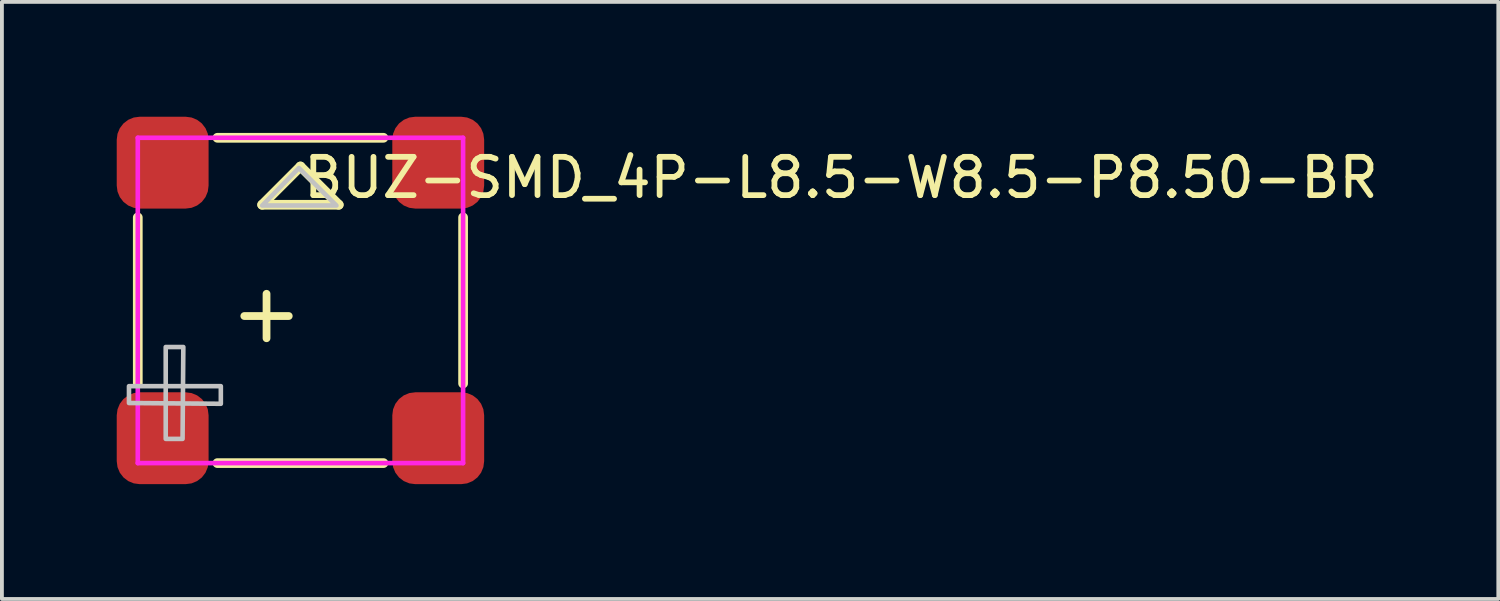
<source format=kicad_pcb>
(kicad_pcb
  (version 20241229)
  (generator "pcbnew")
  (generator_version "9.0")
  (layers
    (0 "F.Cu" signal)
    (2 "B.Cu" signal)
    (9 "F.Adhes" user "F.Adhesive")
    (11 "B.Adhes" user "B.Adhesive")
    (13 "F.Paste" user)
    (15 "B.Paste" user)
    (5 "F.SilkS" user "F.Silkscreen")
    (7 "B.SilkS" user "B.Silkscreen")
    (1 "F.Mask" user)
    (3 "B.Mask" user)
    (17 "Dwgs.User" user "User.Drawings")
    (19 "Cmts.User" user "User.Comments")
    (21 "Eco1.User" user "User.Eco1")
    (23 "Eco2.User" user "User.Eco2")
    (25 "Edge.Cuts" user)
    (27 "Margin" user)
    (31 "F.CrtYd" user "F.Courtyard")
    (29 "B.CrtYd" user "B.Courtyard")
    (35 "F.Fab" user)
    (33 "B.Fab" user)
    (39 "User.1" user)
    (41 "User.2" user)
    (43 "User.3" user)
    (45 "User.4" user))
  (footprint "BUZ-SMD_4P-L8.5-W8.5-P8.50-BR"
    (layer "F.Cu")
    (at 4.8 4.8)
    (property "Reference" "BUZ-SMD_4P-L8.5-W8.5-P8.50-BR" (at 0 -3.207 0) (layer "F.SilkS") (effects (font (size 1 1) (thickness 0.15)) (justify left)))
    (attr through_hole)
    (fp_line (start -4.25 2.169) (end -4.25 -2.169) (stroke (width 0.254) (type solid)) (layer "F.SilkS"))
    (fp_line (start -2.169 -4.25) (end 2.168 -4.25) (stroke (width 0.254) (type solid)) (layer "F.SilkS"))
    (fp_line (start -1 -2.5) (end 1 -2.5) (stroke (width 0.254) (type solid)) (layer "F.SilkS"))
    (fp_line (start 0 -3.5) (end -1 -2.5) (stroke (width 0.254) (type solid)) (layer "F.SilkS"))
    (fp_line (start 1 -2.5) (end 0 -3.5) (stroke (width 0.254) (type solid)) (layer "F.SilkS"))
    (fp_line (start 2.169 4.25) (end -2.169 4.25) (stroke (width 0.254) (type solid)) (layer "F.SilkS"))
    (fp_line (start 4.25 -2.169) (end 4.25 2.169) (stroke (width 0.254) (type solid)) (layer "F.SilkS"))
    (fp_poly (pts (xy -1 -2.48) (xy 0.94 -2.48) (xy -0.04 -3.46)) (stroke (width 0.12) (type solid)) (fill no) (layer "Dwgs.User"))
    (fp_poly (pts (xy -4.48 2.68) (xy -4.48 2.24) (xy -2.08 2.24) (xy -2.08 2.7)) (stroke (width 0.12) (type solid)) (fill no) (layer "Dwgs.User"))
    (fp_poly (pts (xy -3.08 3.617) (xy -3.52 3.617) (xy -3.52 1.217) (xy -3.06 1.217)) (stroke (width 0.12) (type solid)) (fill no) (layer "Dwgs.User"))
    (fp_circle (center -4.25 4.25) (end -4.22 4.25) (stroke (width 0.06) (type solid)) (fill no) (layer "Eco2.User"))
    (fp_poly (pts (xy -4.25 -3.05) (xy -4.25 -4.25) (xy -3.05 -4.25) (xy -3.05 -3.05)) (stroke (width 0.12) (type solid)) (fill no) (layer "Eco2.User"))
    (fp_poly (pts (xy -4.25 4.25) (xy -4.25 3.05) (xy -3.05 3.05) (xy -3.05 4.25)) (stroke (width 0.12) (type solid)) (fill no) (layer "Eco2.User"))
    (fp_poly (pts (xy 3.05 -3.05) (xy 3.05 -4.25) (xy 4.25 -4.25) (xy 4.25 -3.05)) (stroke (width 0.12) (type solid)) (fill no) (layer "Eco2.User"))
    (fp_poly (pts (xy 3.05 4.25) (xy 3.05 3.05) (xy 4.25 3.05) (xy 4.25 4.25)) (stroke (width 0.12) (type solid)) (fill no) (layer "Eco2.User"))
    (fp_line (start -4.25 -4.25) (end 4.25 -4.25) (stroke (width 0.12) (type solid)) (layer "F.CrtYd"))
    (fp_line (start -4.25 4.25) (end -4.25 -4.25) (stroke (width 0.12) (type solid)) (layer "F.CrtYd"))
    (fp_line (start 4.25 -4.25) (end 4.25 4.25) (stroke (width 0.12) (type solid)) (layer "F.CrtYd"))
    (fp_line (start 4.25 4.25) (end -4.25 4.25) (stroke (width 0.12) (type solid)) (layer "F.CrtYd"))
    (fp_text user "+" (at -1 1.484 90) (layer "F.SilkS") (effects (font (size 1.524 1.524) (thickness 0.203)) (justify left)))
    (pad "1" smd roundrect (at -3.6 3.6) (size 2.4 2.4) (layers "F.Cu" "F.Mask" "F.Paste") (roundrect_rratio 0.25))
    (pad "2" smd roundrect (at 3.6 3.6) (size 2.4 2.4) (layers "F.Cu" "F.Mask" "F.Paste") (roundrect_rratio 0.25))
    (pad "3" smd roundrect (at 3.6 -3.6) (size 2.4 2.4) (layers "F.Cu" "F.Mask" "F.Paste") (roundrect_rratio 0.25))
    (pad "4" smd roundrect (at -3.6 -3.6) (size 2.4 2.4) (layers "F.Cu" "F.Mask" "F.Paste") (roundrect_rratio 0.25)))
  (gr_rect
    (start -3 -3)
    (end 36.098 12.6)
    (stroke (width 0.1) (type default))
    (fill no)
    (layer "Edge.Cuts")))
</source>
